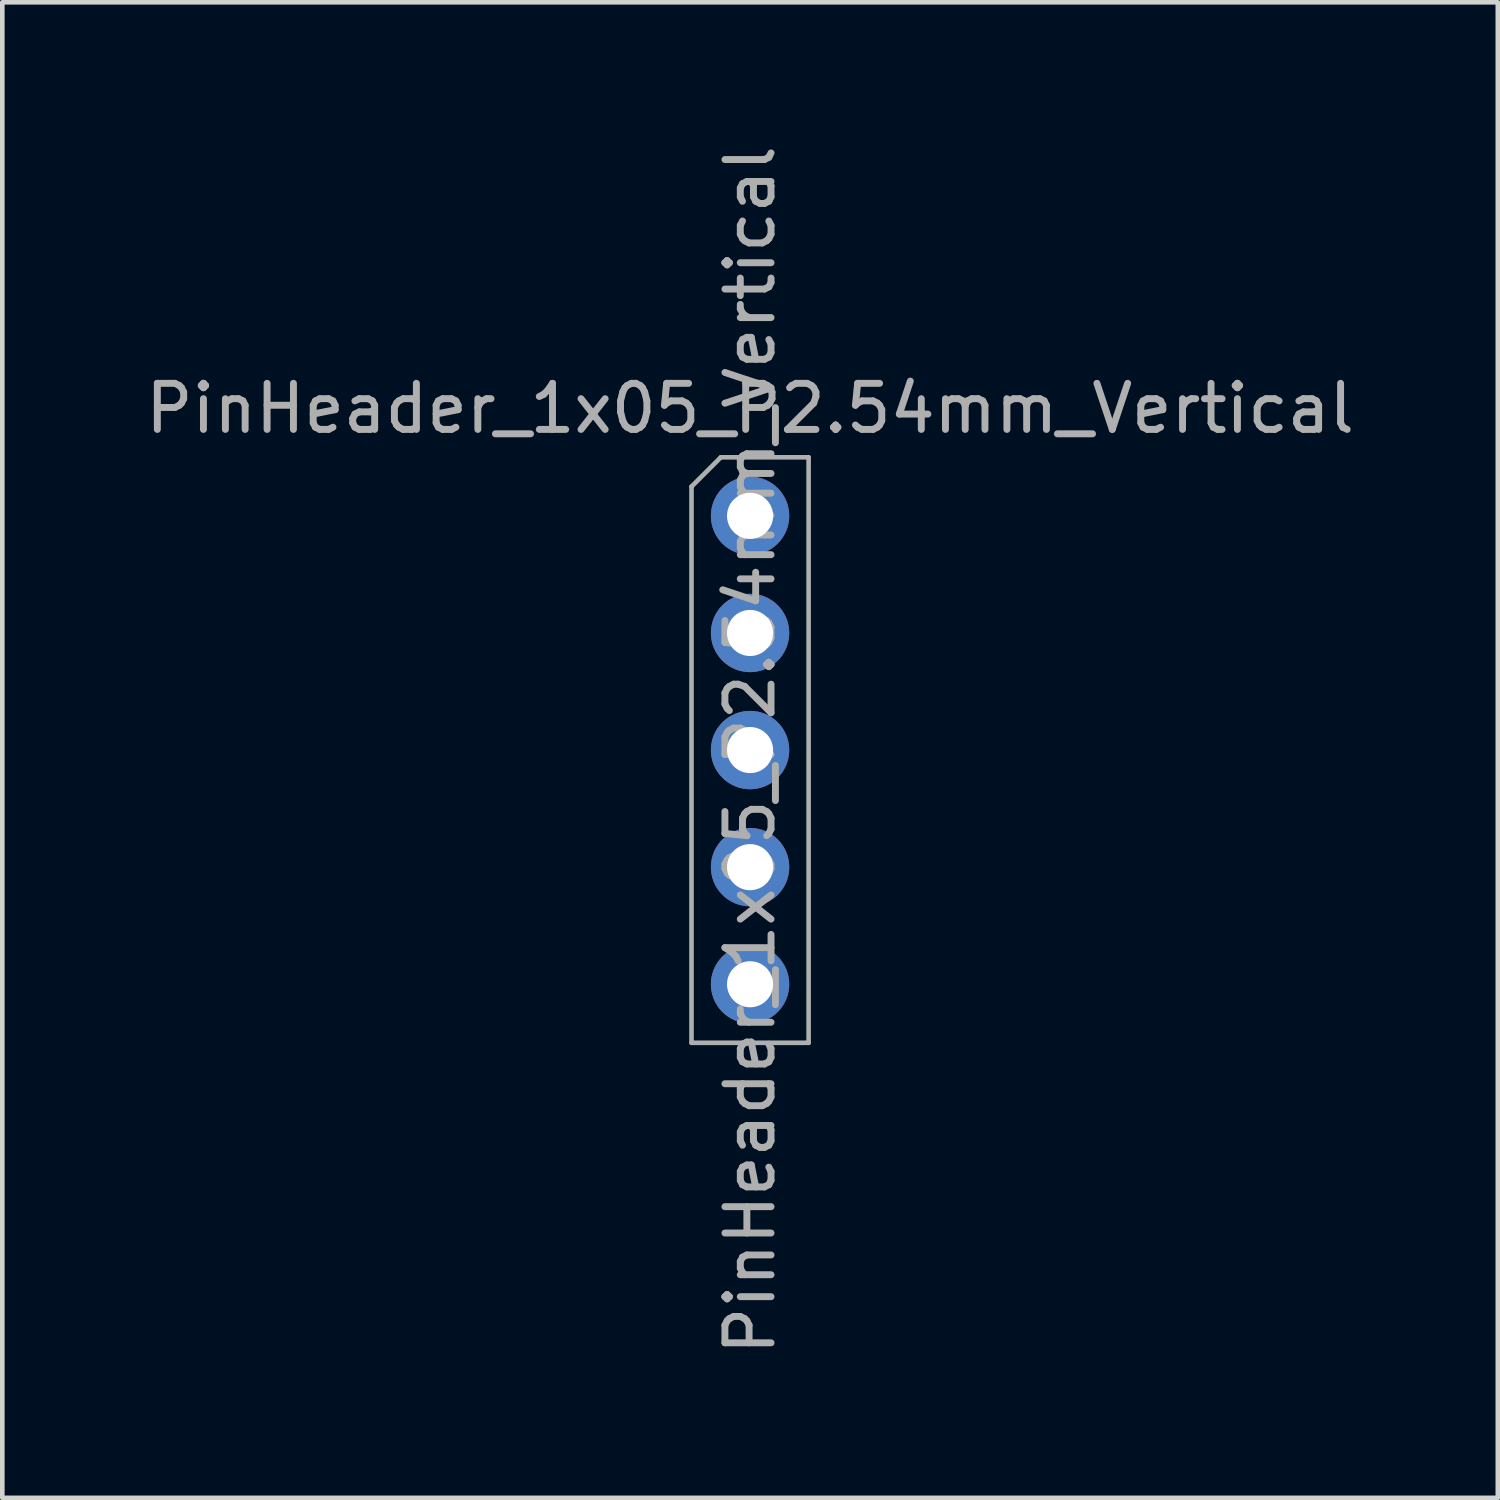
<source format=kicad_pcb>
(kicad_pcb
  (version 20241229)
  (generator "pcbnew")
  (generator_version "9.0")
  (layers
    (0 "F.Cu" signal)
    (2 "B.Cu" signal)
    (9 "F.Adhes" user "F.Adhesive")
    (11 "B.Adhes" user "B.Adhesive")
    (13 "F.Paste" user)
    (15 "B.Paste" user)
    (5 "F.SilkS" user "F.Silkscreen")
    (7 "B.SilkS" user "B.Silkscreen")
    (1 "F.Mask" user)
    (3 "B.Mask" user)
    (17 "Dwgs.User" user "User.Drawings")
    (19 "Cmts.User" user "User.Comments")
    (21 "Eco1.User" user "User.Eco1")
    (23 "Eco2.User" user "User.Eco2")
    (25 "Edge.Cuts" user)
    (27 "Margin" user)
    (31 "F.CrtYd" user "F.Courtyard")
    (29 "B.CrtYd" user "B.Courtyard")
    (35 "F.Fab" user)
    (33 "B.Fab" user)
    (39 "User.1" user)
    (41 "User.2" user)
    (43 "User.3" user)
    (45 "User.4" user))
  (footprint "PinHeader_1x05_P2.54mm_Vertical"
    (layer "F.Cu")
    (at 13.22 8.14)
    (property "Reference" "PinHeader_1x05_P2.54mm_Vertical" (at 0 -2.33 0) (layer "F.Fab") (effects (font (size 1 1) (thickness 0.15))))
    (attr through_hole)
    (fp_line (start -1.27 -0.635) (end -0.635 -1.27) (stroke (width 0.1) (type solid)) (layer "F.Fab"))
    (fp_line (start -1.27 11.43) (end -1.27 -0.635) (stroke (width 0.1) (type solid)) (layer "F.Fab"))
    (fp_line (start -0.635 -1.27) (end 1.27 -1.27) (stroke (width 0.1) (type solid)) (layer "F.Fab"))
    (fp_line (start 1.27 -1.27) (end 1.27 11.43) (stroke (width 0.1) (type solid)) (layer "F.Fab"))
    (fp_line (start 1.27 11.43) (end -1.27 11.43) (stroke (width 0.1) (type solid)) (layer "F.Fab"))
    (fp_text user "${REFERENCE}" (at 0 5.08 90) (layer "F.Fab") (effects (font (size 1 1) (thickness 0.15))))
    (pad "1" thru_hole circle (at 0 0) (size 1.7 1.7) (drill 1) (layers "*.Cu" "*.Mask"))
    (pad "2" thru_hole oval (at 0 2.54) (size 1.7 1.7) (drill 1) (layers "*.Cu" "*.Mask"))
    (pad "3" thru_hole oval (at 0 5.08) (size 1.7 1.7) (drill 1) (layers "*.Cu" "*.Mask"))
    (pad "4" thru_hole oval (at 0 7.62) (size 1.7 1.7) (drill 1) (layers "*.Cu" "*.Mask"))
    (pad "5" thru_hole oval (at 0 10.16) (size 1.7 1.7) (drill 1) (layers "*.Cu" "*.Mask")))
  (gr_rect
    (start -3 -3)
    (end 29.44 29.44)
    (stroke (width 0.1) (type default))
    (fill no)
    (layer "Edge.Cuts")))
</source>
